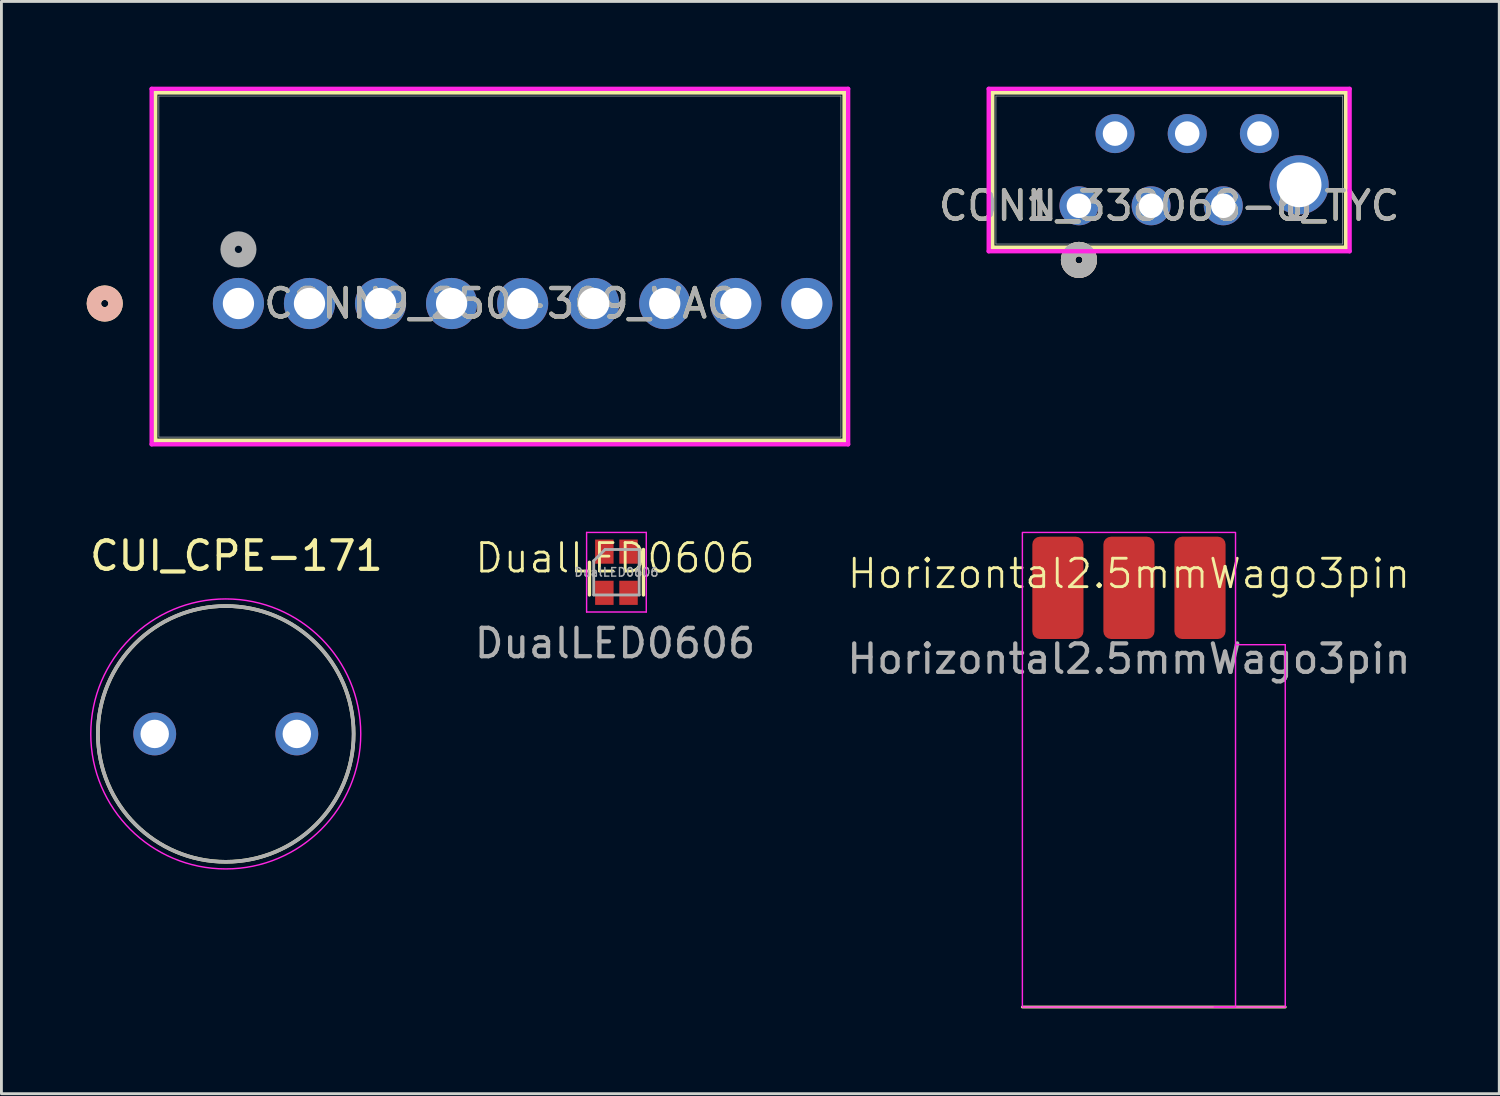
<source format=kicad_pcb>
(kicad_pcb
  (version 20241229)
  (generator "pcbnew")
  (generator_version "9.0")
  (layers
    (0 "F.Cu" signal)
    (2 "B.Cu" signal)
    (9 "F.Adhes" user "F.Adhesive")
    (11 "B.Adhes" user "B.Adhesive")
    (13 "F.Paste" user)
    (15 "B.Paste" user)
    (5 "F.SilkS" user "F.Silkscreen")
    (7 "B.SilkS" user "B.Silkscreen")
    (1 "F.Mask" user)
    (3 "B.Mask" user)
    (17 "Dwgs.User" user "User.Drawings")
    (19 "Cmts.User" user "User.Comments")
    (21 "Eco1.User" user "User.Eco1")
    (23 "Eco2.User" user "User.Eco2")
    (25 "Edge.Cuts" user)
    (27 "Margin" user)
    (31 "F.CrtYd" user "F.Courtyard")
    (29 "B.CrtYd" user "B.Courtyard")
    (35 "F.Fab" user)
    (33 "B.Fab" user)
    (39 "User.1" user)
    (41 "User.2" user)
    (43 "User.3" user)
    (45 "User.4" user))
  (footprint "CONN_338068-6_TYC"
    (layer "F.Cu")
    (at 34.915 4.191)
    (property "Reference" "CONN_338068-6_TYC" (at 3.175 0 0) (unlocked yes) (layer "F.SilkS") (effects (font (size 1 1) (thickness 0.15))))
    (attr through_hole)
    (fp_line (start -3.048 -3.988) (end -3.048 1.473) (stroke (width 0.152) (type solid)) (layer "F.SilkS"))
    (fp_line (start -3.048 1.473) (end 9.398 1.473) (stroke (width 0.152) (type solid)) (layer "F.SilkS"))
    (fp_line (start 9.398 -3.988) (end -3.048 -3.988) (stroke (width 0.152) (type solid)) (layer "F.SilkS"))
    (fp_line (start 9.398 1.473) (end 9.398 -3.988) (stroke (width 0.152) (type solid)) (layer "F.SilkS"))
    (fp_circle (center 0 1.905) (end 0.381 1.905) (stroke (width 0.508) (type solid)) (fill no) (layer "F.SilkS"))
    (fp_circle (center 0 1.905) (end 0.381 1.905) (stroke (width 0.508) (type solid)) (fill no) (layer "B.SilkS"))
    (fp_line (start -3.175 -4.115) (end -3.175 1.6) (stroke (width 0.152) (type solid)) (layer "F.CrtYd"))
    (fp_line (start -3.175 1.6) (end 9.525 1.6) (stroke (width 0.152) (type solid)) (layer "F.CrtYd"))
    (fp_line (start 9.525 -4.115) (end -3.175 -4.115) (stroke (width 0.152) (type solid)) (layer "F.CrtYd"))
    (fp_line (start 9.525 1.6) (end 9.525 -4.115) (stroke (width 0.152) (type solid)) (layer "F.CrtYd"))
    (fp_line (start -2.921 -3.861) (end -2.921 1.346) (stroke (width 0.025) (type solid)) (layer "F.Fab"))
    (fp_line (start -2.921 1.346) (end 9.271 1.346) (stroke (width 0.025) (type solid)) (layer "F.Fab"))
    (fp_line (start 9.271 -3.861) (end -2.921 -3.861) (stroke (width 0.025) (type solid)) (layer "F.Fab"))
    (fp_line (start 9.271 1.346) (end 9.271 -3.861) (stroke (width 0.025) (type solid)) (layer "F.Fab"))
    (fp_circle (center 0 1.905) (end 0.381 1.905) (stroke (width 0.508) (type solid)) (fill no) (layer "F.Fab"))
    (fp_text user "1" (at -1.372 0 0) (unlocked yes) (layer "F.SilkS") (effects (font (size 1 1) (thickness 0.15))))
    (fp_text user "6" (at 7.722 0 0) (unlocked yes) (layer "F.SilkS") (effects (font (size 1 1) (thickness 0.15))))
    (fp_text user "1" (at -1.372 0 0) (unlocked yes) (layer "F.SilkS") (effects (font (size 1 1) (thickness 0.15))))
    (fp_text user "6" (at 7.722 0 0) (unlocked yes) (layer "F.SilkS") (effects (font (size 1 1) (thickness 0.15))))
    (fp_text user "6" (at 7.722 0 0) (unlocked yes) (layer "B.SilkS") (effects (font (size 1 1) (thickness 0.15))))
    (fp_text user "1" (at -1.372 0 0) (unlocked yes) (layer "B.SilkS") (effects (font (size 1 1) (thickness 0.15))))
    (fp_text user "6" (at 7.722 0 0) (unlocked yes) (layer "B.SilkS") (effects (font (size 1 1) (thickness 0.15))))
    (fp_text user "1" (at -1.372 0 0) (unlocked yes) (layer "B.SilkS") (effects (font (size 1 1) (thickness 0.15))))
    (fp_text user "1" (at -1.372 0 0) (unlocked yes) (layer "F.Fab") (effects (font (size 1 1) (thickness 0.15))))
    (fp_text user "6" (at 7.722 0 0) (unlocked yes) (layer "F.Fab") (effects (font (size 1 1) (thickness 0.15))))
    (fp_text user "${REFERENCE}" (at 3.175 0 0) (unlocked yes) (layer "F.Fab") (effects (font (size 1 1) (thickness 0.15))))
    (fp_text user "6" (at 7.722 0 0) (unlocked yes) (layer "F.Fab") (effects (font (size 1 1) (thickness 0.15))))
    (fp_text user "1" (at -1.372 0 0) (unlocked yes) (layer "F.Fab") (effects (font (size 1 1) (thickness 0.15))))
    (pad "1" thru_hole circle (at 0 0) (size 1.372 1.372) (drill 0.864) (layers "*.Cu" "*.Mask"))
    (pad "2" thru_hole circle (at 1.27 -2.54) (size 1.372 1.372) (drill 0.864) (layers "*.Cu" "*.Mask"))
    (pad "3" thru_hole circle (at 2.54 0) (size 1.372 1.372) (drill 0.864) (layers "*.Cu" "*.Mask"))
    (pad "4" thru_hole circle (at 3.81 -2.54) (size 1.372 1.372) (drill 0.864) (layers "*.Cu" "*.Mask"))
    (pad "5" thru_hole circle (at 5.08 0) (size 1.372 1.372) (drill 0.864) (layers "*.Cu" "*.Mask"))
    (pad "6" thru_hole circle (at 6.35 -2.54) (size 1.372 1.372) (drill 0.864) (layers "*.Cu" "*.Mask"))
    (pad "7" thru_hole circle (at 7.747 -0.737) (size 2.083 2.083) (drill 1.575) (layers "*.Cu" "*.Mask")))
  (footprint "CUI_CPE-171"
    (layer "F.Cu")
    (at 4.894 22.775)
    (property "Reference" "CUI_CPE-171" (at 0.375 -6.266 0) (layer "F.SilkS") (effects (font (size 1 1) (thickness 0.15))))
    (attr through_hole)
    (fp_circle (center 0 0) (end 4.5 0) (stroke (width 0.127) (type solid)) (fill no) (layer "F.SilkS"))
    (fp_circle (center 0 0) (end 4.75 0) (stroke (width 0.05) (type solid)) (fill no) (layer "F.CrtYd"))
    (fp_circle (center 0 0) (end 4.5 0) (stroke (width 0.127) (type solid)) (fill no) (layer "F.Fab"))
    (pad "N" thru_hole circle (at 2.5 0) (size 1.508 1.508) (drill 1) (layers "*.Cu" "*.Mask"))
    (pad "P" thru_hole circle (at -2.5 0) (size 1.508 1.508) (drill 1) (layers "*.Cu" "*.Mask")))
  (footprint "Horizontal2.5mmWago3pin"
    (layer "F.Cu")
    (at 36.675 17.635)
    (property "Reference" "Horizontal2.5mmWago3pin" (at 0 -0.5 0) (unlocked yes) (layer "F.SilkS") (effects (font (size 1 1) (thickness 0.1))))
    (attr smd)
    (fp_line (start -3.75 14.75) (end 5.5 14.75) (stroke (width 0.1) (type default)) (layer "F.SilkS"))
    (fp_line (start 3 14.75) (end 5.5 14.75) (stroke (width 0.05) (type default)) (layer "F.CrtYd"))
    (fp_line (start 3.75 2) (end 5.5 2) (stroke (width 0.05) (type default)) (layer "F.CrtYd"))
    (fp_line (start 5.5 2) (end 5.5 14.75) (stroke (width 0.05) (type default)) (layer "F.CrtYd"))
    (fp_rect (start -3.75 -1.95) (end 3.75 14.75) (stroke (width 0.05) (type solid)) (fill no) (layer "F.CrtYd"))
    (fp_text user "${REFERENCE}" (at 0 2.5 0) (unlocked yes) (layer "F.Fab") (effects (font (size 1 1) (thickness 0.15))))
    (pad "1" smd roundrect (at -2.5 0) (size 1.8 3.6) (layers "F.Cu" "F.Mask" "F.Paste") (roundrect_rratio 0.15))
    (pad "2" smd roundrect (at 0 0) (size 1.8 3.6) (layers "F.Cu" "F.Mask" "F.Paste") (roundrect_rratio 0.15))
    (pad "3" smd roundrect (at 2.5 0) (size 1.8 3.6) (layers "F.Cu" "F.Mask" "F.Paste") (roundrect_rratio 0.15)))
  (footprint "CONN9_250-309_WAG"
    (layer "F.Cu")
    (at 5.34 7.63)
    (property "Reference" "CONN9_250-309_WAG" (at 9.2 0 0) (unlocked yes) (layer "F.SilkS") (effects (font (size 1 1) (thickness 0.15))))
    (attr through_hole)
    (fp_line (start -2.927 -7.427) (end -2.927 4.827) (stroke (width 0.152) (type solid)) (layer "F.SilkS"))
    (fp_line (start -2.927 4.827) (end 21.327 4.827) (stroke (width 0.152) (type solid)) (layer "F.SilkS"))
    (fp_line (start 21.327 -7.427) (end -2.927 -7.427) (stroke (width 0.152) (type solid)) (layer "F.SilkS"))
    (fp_line (start 21.327 4.827) (end 21.327 -7.427) (stroke (width 0.152) (type solid)) (layer "F.SilkS"))
    (fp_circle (center -4.705 0) (end -4.324 0) (stroke (width 0.508) (type solid)) (fill no) (layer "F.SilkS"))
    (fp_circle (center -4.705 0) (end -4.324 0) (stroke (width 0.508) (type solid)) (fill no) (layer "B.SilkS"))
    (fp_line (start -3.054 -7.554) (end -3.054 4.954) (stroke (width 0.152) (type solid)) (layer "F.CrtYd"))
    (fp_line (start -3.054 4.954) (end 21.454 4.954) (stroke (width 0.152) (type solid)) (layer "F.CrtYd"))
    (fp_line (start 21.454 -7.554) (end -3.054 -7.554) (stroke (width 0.152) (type solid)) (layer "F.CrtYd"))
    (fp_line (start 21.454 4.954) (end 21.454 -7.554) (stroke (width 0.152) (type solid)) (layer "F.CrtYd"))
    (fp_line (start -2.8 -7.3) (end -2.8 4.7) (stroke (width 0.025) (type solid)) (layer "F.Fab"))
    (fp_line (start -2.8 4.7) (end 21.2 4.7) (stroke (width 0.025) (type solid)) (layer "F.Fab"))
    (fp_line (start 21.2 -7.3) (end -2.8 -7.3) (stroke (width 0.025) (type solid)) (layer "F.Fab"))
    (fp_line (start 21.2 4.7) (end 21.2 -7.3) (stroke (width 0.025) (type solid)) (layer "F.Fab"))
    (fp_circle (center 0 -1.905) (end 0.381 -1.905) (stroke (width 0.508) (type solid)) (fill no) (layer "F.Fab"))
    (fp_text user "${REFERENCE}" (at 9.2 0 0) (unlocked yes) (layer "F.Fab") (effects (font (size 1 1) (thickness 0.15))))
    (pad "1" thru_hole circle (at 0 0) (size 1.8 1.8) (drill 1.1) (layers "*.Cu" "*.Mask"))
    (pad "2" thru_hole circle (at 2.5 0) (size 1.8 1.8) (drill 1.1) (layers "*.Cu" "*.Mask"))
    (pad "3" thru_hole circle (at 5 0) (size 1.8 1.8) (drill 1.1) (layers "*.Cu" "*.Mask"))
    (pad "4" thru_hole circle (at 7.5 0) (size 1.8 1.8) (drill 1.1) (layers "*.Cu" "*.Mask"))
    (pad "5" thru_hole circle (at 10 0) (size 1.8 1.8) (drill 1.1) (layers "*.Cu" "*.Mask"))
    (pad "6" thru_hole circle (at 12.5 0) (size 1.8 1.8) (drill 1.1) (layers "*.Cu" "*.Mask"))
    (pad "7" thru_hole circle (at 15 0) (size 1.8 1.8) (drill 1.1) (layers "*.Cu" "*.Mask"))
    (pad "8" thru_hole circle (at 17.5 0) (size 1.8 1.8) (drill 1.1) (layers "*.Cu" "*.Mask"))
    (pad "9" thru_hole circle (at 20 0) (size 1.8 1.8) (drill 1.1) (layers "*.Cu" "*.Mask")))
  (footprint "DualLED0606"
    (layer "F.Cu")
    (at 18.591 17.085)
    (property "Reference" "DualLED0606" (at 0 -0.5 0) (unlocked yes) (layer "F.SilkS") (effects (font (size 1 1) (thickness 0.1))))
    (attr smd)
    (fp_line (start -0.9 -0.35) (end -0.9 0.8) (stroke (width 0.12) (type solid)) (layer "F.SilkS"))
    (fp_line (start 1 -0.8) (end 1 0.8) (stroke (width 0.12) (type solid)) (layer "F.SilkS"))
    (fp_line (start -1 -1.4) (end 1.1 -1.4) (stroke (width 0.05) (type solid)) (layer "F.CrtYd"))
    (fp_line (start -1 1.4) (end -1 -1.4) (stroke (width 0.05) (type solid)) (layer "F.CrtYd"))
    (fp_line (start 1.1 -1.4) (end 1.1 1.4) (stroke (width 0.05) (type solid)) (layer "F.CrtYd"))
    (fp_line (start 1.1 1.4) (end -1 1.4) (stroke (width 0.05) (type solid)) (layer "F.CrtYd"))
    (fp_line (start -0.75 -0.4) (end -0.75 0.8) (stroke (width 0.1) (type solid)) (layer "F.Fab"))
    (fp_line (start -0.75 0.8) (end 0.85 0.8) (stroke (width 0.1) (type solid)) (layer "F.Fab"))
    (fp_line (start -0.35 -0.8) (end -0.75 -0.4) (stroke (width 0.1) (type solid)) (layer "F.Fab"))
    (fp_line (start 0.85 -0.8) (end -0.35 -0.8) (stroke (width 0.1) (type solid)) (layer "F.Fab"))
    (fp_line (start 0.85 0.8) (end 0.85 -0.8) (stroke (width 0.1) (type solid)) (layer "F.Fab"))
    (fp_text user "${REFERENCE}" (at 0.05 0 0) (layer "F.Fab") (effects (font (size 0.3 0.3) (thickness 0.05))))
    (fp_text user "${REFERENCE}" (at 0 2.5 0) (unlocked yes) (layer "F.Fab") (effects (font (size 1 1) (thickness 0.15))))
    (pad "1" smd rect (at -0.375 -0.725) (size 0.65 0.85) (layers "F.Cu" "F.Mask" "F.Paste"))
    (pad "2" smd rect (at 0.475 -0.725) (size 0.65 0.85) (layers "F.Cu" "F.Mask" "F.Paste"))
    (pad "3" smd rect (at -0.375 0.725) (size 0.65 0.85) (layers "F.Cu" "F.Mask" "F.Paste"))
    (pad "4" smd rect (at 0.475 0.725) (size 0.65 0.85) (layers "F.Cu" "F.Mask" "F.Paste")))
  (gr_rect
    (start -3 -3)
    (end 49.705 35.435)
    (stroke (width 0.1) (type default))
    (fill no)
    (layer "Edge.Cuts")))
</source>
